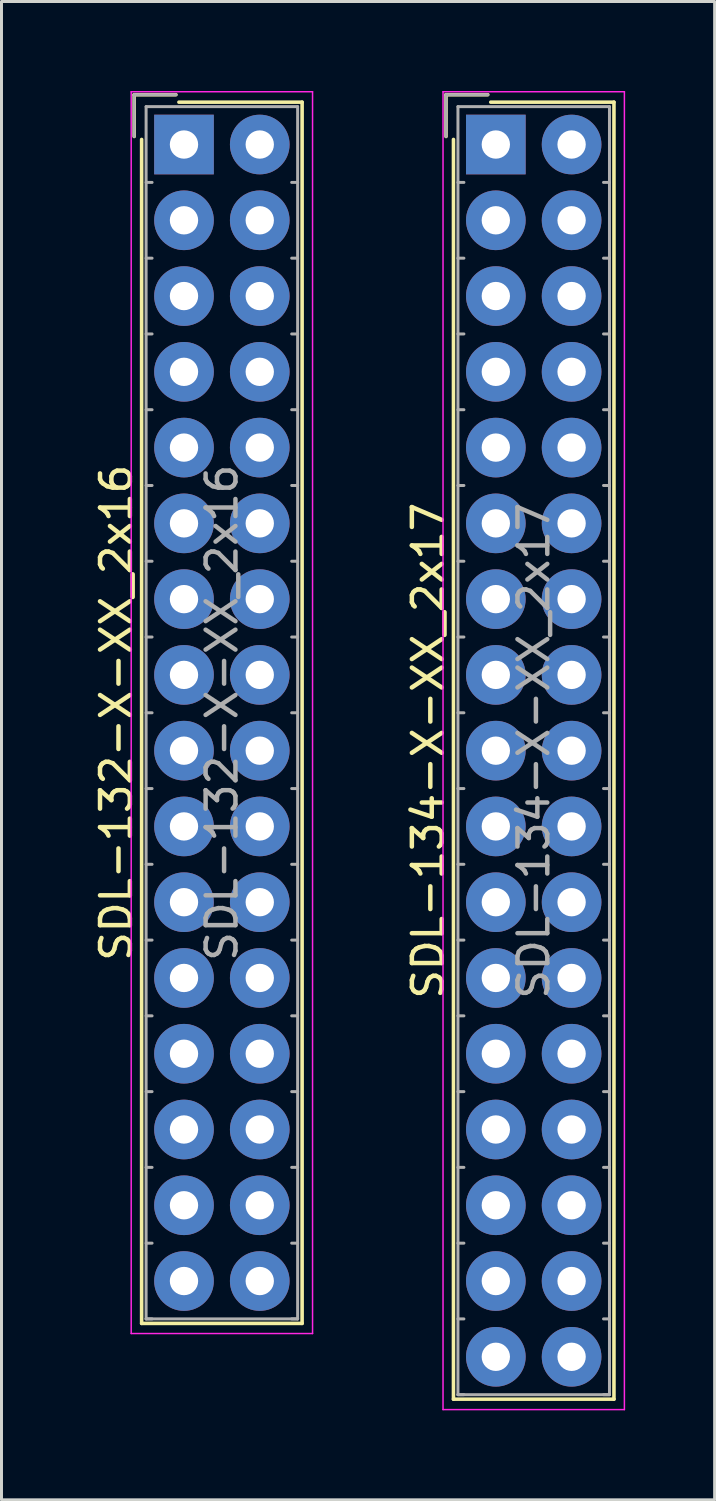
<source format=kicad_pcb>
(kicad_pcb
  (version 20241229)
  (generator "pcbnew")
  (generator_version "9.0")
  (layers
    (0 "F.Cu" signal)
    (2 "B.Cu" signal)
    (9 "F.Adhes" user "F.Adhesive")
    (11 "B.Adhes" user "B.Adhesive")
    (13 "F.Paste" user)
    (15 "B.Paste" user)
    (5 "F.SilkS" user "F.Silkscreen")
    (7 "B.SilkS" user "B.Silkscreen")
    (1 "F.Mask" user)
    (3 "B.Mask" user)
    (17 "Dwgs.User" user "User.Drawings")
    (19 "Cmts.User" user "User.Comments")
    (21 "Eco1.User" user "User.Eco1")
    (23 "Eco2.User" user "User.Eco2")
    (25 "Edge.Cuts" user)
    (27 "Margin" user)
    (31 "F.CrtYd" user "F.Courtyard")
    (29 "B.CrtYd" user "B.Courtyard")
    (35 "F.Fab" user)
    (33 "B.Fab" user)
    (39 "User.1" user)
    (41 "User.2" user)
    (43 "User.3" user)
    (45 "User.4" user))
  (footprint "SDL-134-X-XX_2x17"
    (layer "F.Cu")
    (at 13.572 1.795)
    (property "Reference" "SDL-134-X-XX_2x17" (at -2.27 20.32 90) (layer "F.SilkS") (effects (font (size 1 1) (thickness 0.15))))
    (attr through_hole)
    (fp_line (start -1.67 -1.67) (end -1.67 -0.27) (stroke (width 0.12) (type solid)) (layer "F.SilkS"))
    (fp_line (start -1.42 42.06) (end -1.42 -0.17) (stroke (width 0.12) (type solid)) (layer "F.SilkS"))
    (fp_line (start -0.27 -1.67) (end -1.67 -1.67) (stroke (width 0.12) (type solid)) (layer "F.SilkS"))
    (fp_line (start -0.17 -1.42) (end 3.96 -1.42) (stroke (width 0.12) (type solid)) (layer "F.SilkS"))
    (fp_line (start 3.96 -1.42) (end 3.96 42.06) (stroke (width 0.12) (type solid)) (layer "F.SilkS"))
    (fp_line (start 3.96 42.06) (end -1.42 42.06) (stroke (width 0.12) (type solid)) (layer "F.SilkS"))
    (fp_line (start -1.77 -1.77) (end -1.77 42.41) (stroke (width 0.05) (type solid)) (layer "F.CrtYd"))
    (fp_line (start -1.77 42.41) (end 4.31 42.41) (stroke (width 0.05) (type solid)) (layer "F.CrtYd"))
    (fp_line (start 4.31 -1.77) (end -1.77 -1.77) (stroke (width 0.05) (type solid)) (layer "F.CrtYd"))
    (fp_line (start 4.31 42.41) (end 4.31 -1.77) (stroke (width 0.05) (type solid)) (layer "F.CrtYd"))
    (fp_line (start -1.67 -1.67) (end -1.67 -0.27) (stroke (width 0.1) (type solid)) (layer "F.Fab"))
    (fp_line (start -1.27 -1.27) (end -1.27 41.91) (stroke (width 0.1) (type solid)) (layer "F.Fab"))
    (fp_line (start -1.27 1.27) (end -1.07 1.27) (stroke (width 0.1) (type solid)) (layer "F.Fab"))
    (fp_line (start -1.27 3.81) (end -1.07 3.81) (stroke (width 0.1) (type solid)) (layer "F.Fab"))
    (fp_line (start -1.27 6.35) (end -1.07 6.35) (stroke (width 0.1) (type solid)) (layer "F.Fab"))
    (fp_line (start -1.27 8.89) (end -1.07 8.89) (stroke (width 0.1) (type solid)) (layer "F.Fab"))
    (fp_line (start -1.27 11.43) (end -1.07 11.43) (stroke (width 0.1) (type solid)) (layer "F.Fab"))
    (fp_line (start -1.27 13.97) (end -1.07 13.97) (stroke (width 0.1) (type solid)) (layer "F.Fab"))
    (fp_line (start -1.27 16.51) (end -1.07 16.51) (stroke (width 0.1) (type solid)) (layer "F.Fab"))
    (fp_line (start -1.27 19.05) (end -1.07 19.05) (stroke (width 0.1) (type solid)) (layer "F.Fab"))
    (fp_line (start -1.27 21.59) (end -1.07 21.59) (stroke (width 0.1) (type solid)) (layer "F.Fab"))
    (fp_line (start -1.27 24.13) (end -1.07 24.13) (stroke (width 0.1) (type solid)) (layer "F.Fab"))
    (fp_line (start -1.27 26.67) (end -1.07 26.67) (stroke (width 0.1) (type solid)) (layer "F.Fab"))
    (fp_line (start -1.27 29.21) (end -1.07 29.21) (stroke (width 0.1) (type solid)) (layer "F.Fab"))
    (fp_line (start -1.27 31.75) (end -1.07 31.75) (stroke (width 0.1) (type solid)) (layer "F.Fab"))
    (fp_line (start -1.27 34.29) (end -1.07 34.29) (stroke (width 0.1) (type solid)) (layer "F.Fab"))
    (fp_line (start -1.27 36.83) (end -1.07 36.83) (stroke (width 0.1) (type solid)) (layer "F.Fab"))
    (fp_line (start -1.27 39.37) (end -1.07 39.37) (stroke (width 0.1) (type solid)) (layer "F.Fab"))
    (fp_line (start -1.27 41.91) (end -1.07 41.91) (stroke (width 0.1) (type solid)) (layer "F.Fab"))
    (fp_line (start -1.27 41.91) (end 3.81 41.91) (stroke (width 0.1) (type solid)) (layer "F.Fab"))
    (fp_line (start -0.27 -1.67) (end -1.67 -1.67) (stroke (width 0.1) (type solid)) (layer "F.Fab"))
    (fp_line (start 3.81 -1.27) (end -1.27 -1.27) (stroke (width 0.1) (type solid)) (layer "F.Fab"))
    (fp_line (start 3.81 1.27) (end 3.61 1.27) (stroke (width 0.1) (type solid)) (layer "F.Fab"))
    (fp_line (start 3.81 3.81) (end 3.61 3.81) (stroke (width 0.1) (type solid)) (layer "F.Fab"))
    (fp_line (start 3.81 6.35) (end 3.61 6.35) (stroke (width 0.1) (type solid)) (layer "F.Fab"))
    (fp_line (start 3.81 8.89) (end 3.61 8.89) (stroke (width 0.1) (type solid)) (layer "F.Fab"))
    (fp_line (start 3.81 11.43) (end 3.61 11.43) (stroke (width 0.1) (type solid)) (layer "F.Fab"))
    (fp_line (start 3.81 13.97) (end 3.61 13.97) (stroke (width 0.1) (type solid)) (layer "F.Fab"))
    (fp_line (start 3.81 16.51) (end 3.61 16.51) (stroke (width 0.1) (type solid)) (layer "F.Fab"))
    (fp_line (start 3.81 19.05) (end 3.61 19.05) (stroke (width 0.1) (type solid)) (layer "F.Fab"))
    (fp_line (start 3.81 21.59) (end 3.61 21.59) (stroke (width 0.1) (type solid)) (layer "F.Fab"))
    (fp_line (start 3.81 24.13) (end 3.61 24.13) (stroke (width 0.1) (type solid)) (layer "F.Fab"))
    (fp_line (start 3.81 26.67) (end 3.61 26.67) (stroke (width 0.1) (type solid)) (layer "F.Fab"))
    (fp_line (start 3.81 29.21) (end 3.61 29.21) (stroke (width 0.1) (type solid)) (layer "F.Fab"))
    (fp_line (start 3.81 31.75) (end 3.61 31.75) (stroke (width 0.1) (type solid)) (layer "F.Fab"))
    (fp_line (start 3.81 34.29) (end 3.61 34.29) (stroke (width 0.1) (type solid)) (layer "F.Fab"))
    (fp_line (start 3.81 36.83) (end 3.61 36.83) (stroke (width 0.1) (type solid)) (layer "F.Fab"))
    (fp_line (start 3.81 39.37) (end 3.61 39.37) (stroke (width 0.1) (type solid)) (layer "F.Fab"))
    (fp_line (start 3.81 41.91) (end 3.61 41.91) (stroke (width 0.1) (type solid)) (layer "F.Fab"))
    (fp_line (start 3.81 41.91) (end 3.81 -1.27) (stroke (width 0.1) (type solid)) (layer "F.Fab"))
    (fp_text user "${REFERENCE}" (at 1.27 20.32 90) (layer "F.Fab") (effects (font (size 1 1) (thickness 0.15))))
    (pad "1" thru_hole rect (at 0 0) (size 2 2) (drill 0.95) (layers "*.Cu" "*.Mask"))
    (pad "2" thru_hole circle (at 2.54 0) (size 2 2) (drill 0.95) (layers "*.Cu" "*.Mask"))
    (pad "3" thru_hole circle (at 0 2.54) (size 2 2) (drill 0.95) (layers "*.Cu" "*.Mask"))
    (pad "4" thru_hole circle (at 2.54 2.54) (size 2 2) (drill 0.95) (layers "*.Cu" "*.Mask"))
    (pad "5" thru_hole circle (at 0 5.08) (size 2 2) (drill 0.95) (layers "*.Cu" "*.Mask"))
    (pad "6" thru_hole circle (at 2.54 5.08) (size 2 2) (drill 0.95) (layers "*.Cu" "*.Mask"))
    (pad "7" thru_hole circle (at 0 7.62) (size 2 2) (drill 0.95) (layers "*.Cu" "*.Mask"))
    (pad "8" thru_hole circle (at 2.54 7.62) (size 2 2) (drill 0.95) (layers "*.Cu" "*.Mask"))
    (pad "9" thru_hole circle (at 0 10.16) (size 2 2) (drill 0.95) (layers "*.Cu" "*.Mask"))
    (pad "10" thru_hole circle (at 2.54 10.16) (size 2 2) (drill 0.95) (layers "*.Cu" "*.Mask"))
    (pad "11" thru_hole circle (at 0 12.7) (size 2 2) (drill 0.95) (layers "*.Cu" "*.Mask"))
    (pad "12" thru_hole circle (at 2.54 12.7) (size 2 2) (drill 0.95) (layers "*.Cu" "*.Mask"))
    (pad "13" thru_hole circle (at 0 15.24) (size 2 2) (drill 0.95) (layers "*.Cu" "*.Mask"))
    (pad "14" thru_hole circle (at 2.54 15.24) (size 2 2) (drill 0.95) (layers "*.Cu" "*.Mask"))
    (pad "15" thru_hole circle (at 0 17.78) (size 2 2) (drill 0.95) (layers "*.Cu" "*.Mask"))
    (pad "16" thru_hole circle (at 2.54 17.78) (size 2 2) (drill 0.95) (layers "*.Cu" "*.Mask"))
    (pad "17" thru_hole circle (at 0 20.32) (size 2 2) (drill 0.95) (layers "*.Cu" "*.Mask"))
    (pad "18" thru_hole circle (at 2.54 20.32) (size 2 2) (drill 0.95) (layers "*.Cu" "*.Mask"))
    (pad "19" thru_hole circle (at 0 22.86) (size 2 2) (drill 0.95) (layers "*.Cu" "*.Mask"))
    (pad "20" thru_hole circle (at 2.54 22.86) (size 2 2) (drill 0.95) (layers "*.Cu" "*.Mask"))
    (pad "21" thru_hole circle (at 0 25.4) (size 2 2) (drill 0.95) (layers "*.Cu" "*.Mask"))
    (pad "22" thru_hole circle (at 2.54 25.4) (size 2 2) (drill 0.95) (layers "*.Cu" "*.Mask"))
    (pad "23" thru_hole circle (at 0 27.94) (size 2 2) (drill 0.95) (layers "*.Cu" "*.Mask"))
    (pad "24" thru_hole circle (at 2.54 27.94) (size 2 2) (drill 0.95) (layers "*.Cu" "*.Mask"))
    (pad "25" thru_hole circle (at 0 30.48) (size 2 2) (drill 0.95) (layers "*.Cu" "*.Mask"))
    (pad "26" thru_hole circle (at 2.54 30.48) (size 2 2) (drill 0.95) (layers "*.Cu" "*.Mask"))
    (pad "27" thru_hole circle (at 0 33.02) (size 2 2) (drill 0.95) (layers "*.Cu" "*.Mask"))
    (pad "28" thru_hole circle (at 2.54 33.02) (size 2 2) (drill 0.95) (layers "*.Cu" "*.Mask"))
    (pad "29" thru_hole circle (at 0 35.56) (size 2 2) (drill 0.95) (layers "*.Cu" "*.Mask"))
    (pad "30" thru_hole circle (at 2.54 35.56) (size 2 2) (drill 0.95) (layers "*.Cu" "*.Mask"))
    (pad "31" thru_hole circle (at 0 38.1) (size 2 2) (drill 0.95) (layers "*.Cu" "*.Mask"))
    (pad "32" thru_hole circle (at 2.54 38.1) (size 2 2) (drill 0.95) (layers "*.Cu" "*.Mask"))
    (pad "33" thru_hole circle (at 0 40.64) (size 2 2) (drill 0.95) (layers "*.Cu" "*.Mask"))
    (pad "34" thru_hole circle (at 2.54 40.64) (size 2 2) (drill 0.95) (layers "*.Cu" "*.Mask")))
  (footprint "SDL-132-X-XX_2x16"
    (layer "F.Cu")
    (at 3.118 1.795)
    (property "Reference" "SDL-132-X-XX_2x16" (at -2.27 19.05 90) (layer "F.SilkS") (effects (font (size 1 1) (thickness 0.15))))
    (attr through_hole)
    (fp_line (start -1.67 -1.67) (end -1.67 -0.27) (stroke (width 0.12) (type solid)) (layer "F.SilkS"))
    (fp_line (start -1.42 39.52) (end -1.42 -0.17) (stroke (width 0.12) (type solid)) (layer "F.SilkS"))
    (fp_line (start -0.27 -1.67) (end -1.67 -1.67) (stroke (width 0.12) (type solid)) (layer "F.SilkS"))
    (fp_line (start -0.17 -1.42) (end 3.96 -1.42) (stroke (width 0.12) (type solid)) (layer "F.SilkS"))
    (fp_line (start 3.96 -1.42) (end 3.96 39.52) (stroke (width 0.12) (type solid)) (layer "F.SilkS"))
    (fp_line (start 3.96 39.52) (end -1.42 39.52) (stroke (width 0.12) (type solid)) (layer "F.SilkS"))
    (fp_line (start -1.77 -1.77) (end -1.77 39.86) (stroke (width 0.05) (type solid)) (layer "F.CrtYd"))
    (fp_line (start -1.77 39.86) (end 4.31 39.86) (stroke (width 0.05) (type solid)) (layer "F.CrtYd"))
    (fp_line (start 4.31 -1.77) (end -1.77 -1.77) (stroke (width 0.05) (type solid)) (layer "F.CrtYd"))
    (fp_line (start 4.31 39.86) (end 4.31 -1.77) (stroke (width 0.05) (type solid)) (layer "F.CrtYd"))
    (fp_line (start -1.67 -1.67) (end -1.67 -0.27) (stroke (width 0.1) (type solid)) (layer "F.Fab"))
    (fp_line (start -1.27 -1.27) (end -1.27 39.37) (stroke (width 0.1) (type solid)) (layer "F.Fab"))
    (fp_line (start -1.27 1.27) (end -1.07 1.27) (stroke (width 0.1) (type solid)) (layer "F.Fab"))
    (fp_line (start -1.27 3.81) (end -1.07 3.81) (stroke (width 0.1) (type solid)) (layer "F.Fab"))
    (fp_line (start -1.27 6.35) (end -1.07 6.35) (stroke (width 0.1) (type solid)) (layer "F.Fab"))
    (fp_line (start -1.27 8.89) (end -1.07 8.89) (stroke (width 0.1) (type solid)) (layer "F.Fab"))
    (fp_line (start -1.27 11.43) (end -1.07 11.43) (stroke (width 0.1) (type solid)) (layer "F.Fab"))
    (fp_line (start -1.27 13.97) (end -1.07 13.97) (stroke (width 0.1) (type solid)) (layer "F.Fab"))
    (fp_line (start -1.27 16.51) (end -1.07 16.51) (stroke (width 0.1) (type solid)) (layer "F.Fab"))
    (fp_line (start -1.27 19.05) (end -1.07 19.05) (stroke (width 0.1) (type solid)) (layer "F.Fab"))
    (fp_line (start -1.27 21.59) (end -1.07 21.59) (stroke (width 0.1) (type solid)) (layer "F.Fab"))
    (fp_line (start -1.27 24.13) (end -1.07 24.13) (stroke (width 0.1) (type solid)) (layer "F.Fab"))
    (fp_line (start -1.27 26.67) (end -1.07 26.67) (stroke (width 0.1) (type solid)) (layer "F.Fab"))
    (fp_line (start -1.27 29.21) (end -1.07 29.21) (stroke (width 0.1) (type solid)) (layer "F.Fab"))
    (fp_line (start -1.27 31.75) (end -1.07 31.75) (stroke (width 0.1) (type solid)) (layer "F.Fab"))
    (fp_line (start -1.27 34.29) (end -1.07 34.29) (stroke (width 0.1) (type solid)) (layer "F.Fab"))
    (fp_line (start -1.27 36.83) (end -1.07 36.83) (stroke (width 0.1) (type solid)) (layer "F.Fab"))
    (fp_line (start -1.27 39.37) (end -1.07 39.37) (stroke (width 0.1) (type solid)) (layer "F.Fab"))
    (fp_line (start -1.27 39.37) (end 3.81 39.37) (stroke (width 0.1) (type solid)) (layer "F.Fab"))
    (fp_line (start -0.27 -1.67) (end -1.67 -1.67) (stroke (width 0.1) (type solid)) (layer "F.Fab"))
    (fp_line (start 3.81 -1.27) (end -1.27 -1.27) (stroke (width 0.1) (type solid)) (layer "F.Fab"))
    (fp_line (start 3.81 1.27) (end 3.61 1.27) (stroke (width 0.1) (type solid)) (layer "F.Fab"))
    (fp_line (start 3.81 3.81) (end 3.61 3.81) (stroke (width 0.1) (type solid)) (layer "F.Fab"))
    (fp_line (start 3.81 6.35) (end 3.61 6.35) (stroke (width 0.1) (type solid)) (layer "F.Fab"))
    (fp_line (start 3.81 8.89) (end 3.61 8.89) (stroke (width 0.1) (type solid)) (layer "F.Fab"))
    (fp_line (start 3.81 11.43) (end 3.61 11.43) (stroke (width 0.1) (type solid)) (layer "F.Fab"))
    (fp_line (start 3.81 13.97) (end 3.61 13.97) (stroke (width 0.1) (type solid)) (layer "F.Fab"))
    (fp_line (start 3.81 16.51) (end 3.61 16.51) (stroke (width 0.1) (type solid)) (layer "F.Fab"))
    (fp_line (start 3.81 19.05) (end 3.61 19.05) (stroke (width 0.1) (type solid)) (layer "F.Fab"))
    (fp_line (start 3.81 21.59) (end 3.61 21.59) (stroke (width 0.1) (type solid)) (layer "F.Fab"))
    (fp_line (start 3.81 24.13) (end 3.61 24.13) (stroke (width 0.1) (type solid)) (layer "F.Fab"))
    (fp_line (start 3.81 26.67) (end 3.61 26.67) (stroke (width 0.1) (type solid)) (layer "F.Fab"))
    (fp_line (start 3.81 29.21) (end 3.61 29.21) (stroke (width 0.1) (type solid)) (layer "F.Fab"))
    (fp_line (start 3.81 31.75) (end 3.61 31.75) (stroke (width 0.1) (type solid)) (layer "F.Fab"))
    (fp_line (start 3.81 34.29) (end 3.61 34.29) (stroke (width 0.1) (type solid)) (layer "F.Fab"))
    (fp_line (start 3.81 36.83) (end 3.61 36.83) (stroke (width 0.1) (type solid)) (layer "F.Fab"))
    (fp_line (start 3.81 39.37) (end 3.61 39.37) (stroke (width 0.1) (type solid)) (layer "F.Fab"))
    (fp_line (start 3.81 39.37) (end 3.81 -1.27) (stroke (width 0.1) (type solid)) (layer "F.Fab"))
    (fp_text user "${REFERENCE}" (at 1.27 19.05 90) (layer "F.Fab") (effects (font (size 1 1) (thickness 0.15))))
    (pad "1" thru_hole rect (at 0 0) (size 2 2) (drill 0.95) (layers "*.Cu" "*.Mask"))
    (pad "2" thru_hole circle (at 2.54 0) (size 2 2) (drill 0.95) (layers "*.Cu" "*.Mask"))
    (pad "3" thru_hole circle (at 0 2.54) (size 2 2) (drill 0.95) (layers "*.Cu" "*.Mask"))
    (pad "4" thru_hole circle (at 2.54 2.54) (size 2 2) (drill 0.95) (layers "*.Cu" "*.Mask"))
    (pad "5" thru_hole circle (at 0 5.08) (size 2 2) (drill 0.95) (layers "*.Cu" "*.Mask"))
    (pad "6" thru_hole circle (at 2.54 5.08) (size 2 2) (drill 0.95) (layers "*.Cu" "*.Mask"))
    (pad "7" thru_hole circle (at 0 7.62) (size 2 2) (drill 0.95) (layers "*.Cu" "*.Mask"))
    (pad "8" thru_hole circle (at 2.54 7.62) (size 2 2) (drill 0.95) (layers "*.Cu" "*.Mask"))
    (pad "9" thru_hole circle (at 0 10.16) (size 2 2) (drill 0.95) (layers "*.Cu" "*.Mask"))
    (pad "10" thru_hole circle (at 2.54 10.16) (size 2 2) (drill 0.95) (layers "*.Cu" "*.Mask"))
    (pad "11" thru_hole circle (at 0 12.7) (size 2 2) (drill 0.95) (layers "*.Cu" "*.Mask"))
    (pad "12" thru_hole circle (at 2.54 12.7) (size 2 2) (drill 0.95) (layers "*.Cu" "*.Mask"))
    (pad "13" thru_hole circle (at 0 15.24) (size 2 2) (drill 0.95) (layers "*.Cu" "*.Mask"))
    (pad "14" thru_hole circle (at 2.54 15.24) (size 2 2) (drill 0.95) (layers "*.Cu" "*.Mask"))
    (pad "15" thru_hole circle (at 0 17.78) (size 2 2) (drill 0.95) (layers "*.Cu" "*.Mask"))
    (pad "16" thru_hole circle (at 2.54 17.78) (size 2 2) (drill 0.95) (layers "*.Cu" "*.Mask"))
    (pad "17" thru_hole circle (at 0 20.32) (size 2 2) (drill 0.95) (layers "*.Cu" "*.Mask"))
    (pad "18" thru_hole circle (at 2.54 20.32) (size 2 2) (drill 0.95) (layers "*.Cu" "*.Mask"))
    (pad "19" thru_hole circle (at 0 22.86) (size 2 2) (drill 0.95) (layers "*.Cu" "*.Mask"))
    (pad "20" thru_hole circle (at 2.54 22.86) (size 2 2) (drill 0.95) (layers "*.Cu" "*.Mask"))
    (pad "21" thru_hole circle (at 0 25.4) (size 2 2) (drill 0.95) (layers "*.Cu" "*.Mask"))
    (pad "22" thru_hole circle (at 2.54 25.4) (size 2 2) (drill 0.95) (layers "*.Cu" "*.Mask"))
    (pad "23" thru_hole circle (at 0 27.94) (size 2 2) (drill 0.95) (layers "*.Cu" "*.Mask"))
    (pad "24" thru_hole circle (at 2.54 27.94) (size 2 2) (drill 0.95) (layers "*.Cu" "*.Mask"))
    (pad "25" thru_hole circle (at 0 30.48) (size 2 2) (drill 0.95) (layers "*.Cu" "*.Mask"))
    (pad "26" thru_hole circle (at 2.54 30.48) (size 2 2) (drill 0.95) (layers "*.Cu" "*.Mask"))
    (pad "27" thru_hole circle (at 0 33.02) (size 2 2) (drill 0.95) (layers "*.Cu" "*.Mask"))
    (pad "28" thru_hole circle (at 2.54 33.02) (size 2 2) (drill 0.95) (layers "*.Cu" "*.Mask"))
    (pad "29" thru_hole circle (at 0 35.56) (size 2 2) (drill 0.95) (layers "*.Cu" "*.Mask"))
    (pad "30" thru_hole circle (at 2.54 35.56) (size 2 2) (drill 0.95) (layers "*.Cu" "*.Mask"))
    (pad "31" thru_hole circle (at 0 38.1) (size 2 2) (drill 0.95) (layers "*.Cu" "*.Mask"))
    (pad "32" thru_hole circle (at 2.54 38.1) (size 2 2) (drill 0.95) (layers "*.Cu" "*.Mask")))
  (gr_rect
    (start -3 -3)
    (end 20.907 47.23)
    (stroke (width 0.1) (type default))
    (fill no)
    (layer "Edge.Cuts")))
</source>
